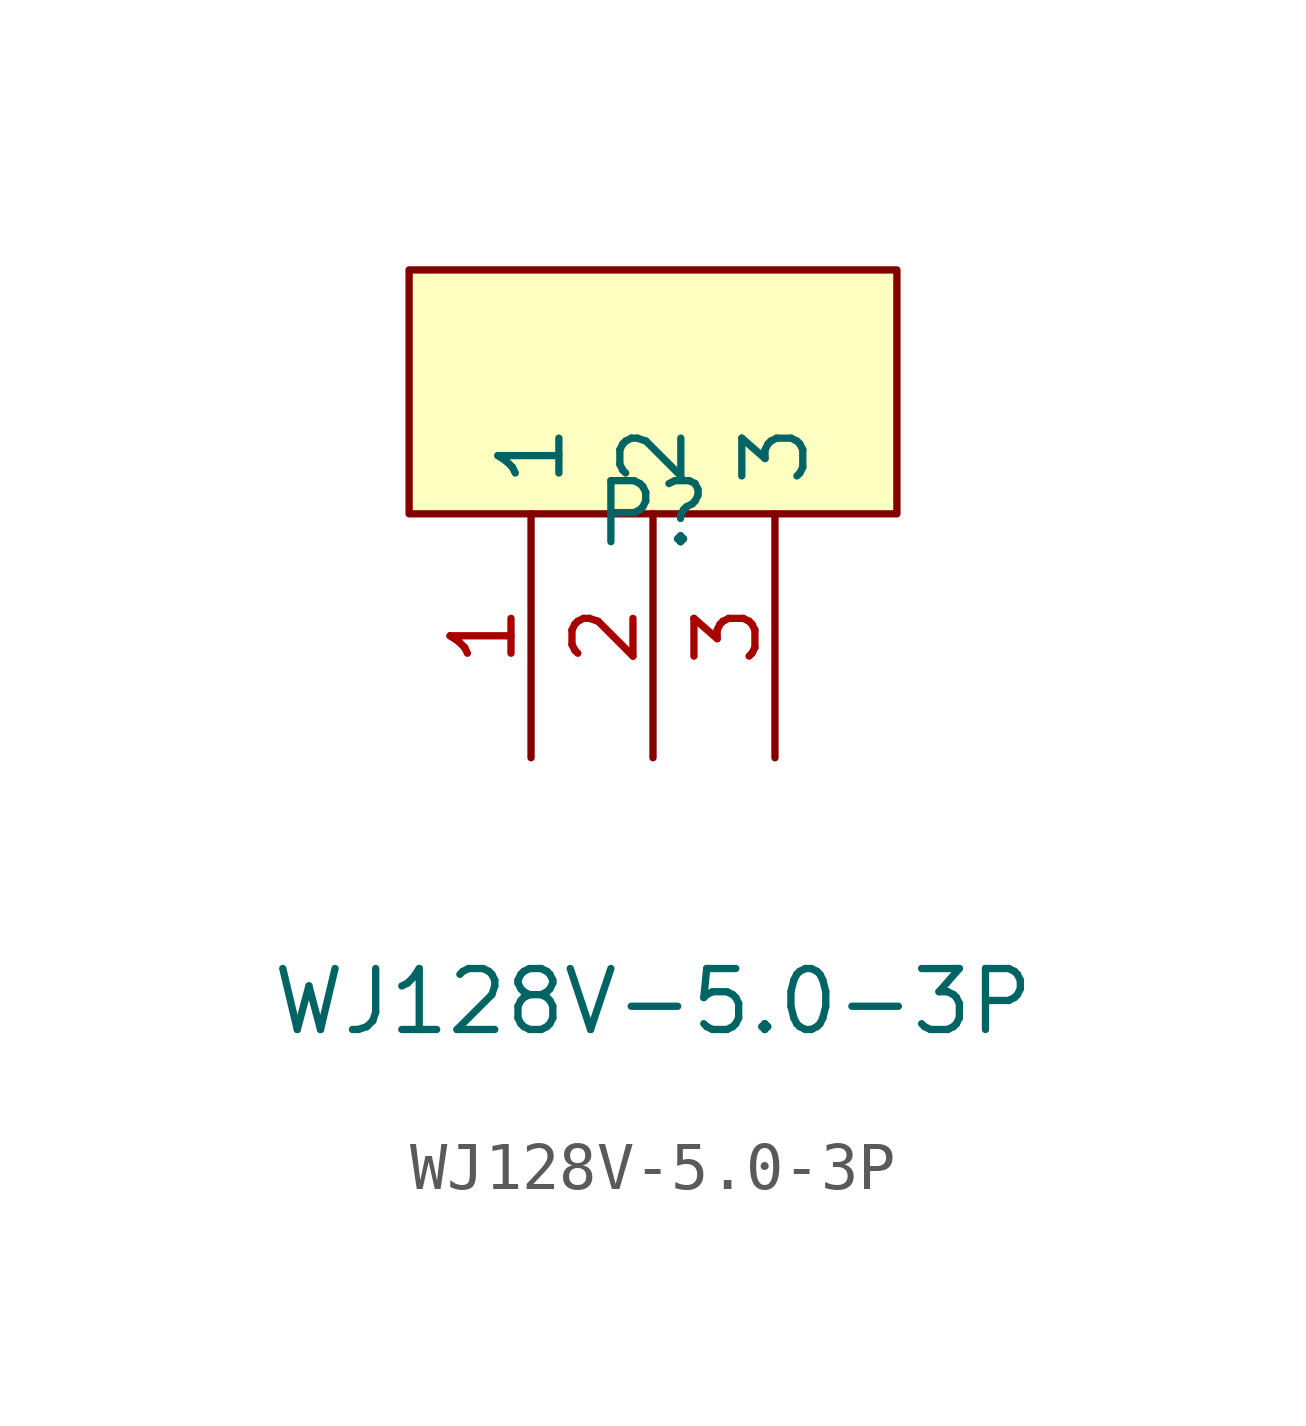
<source format=kicad_sym>
(kicad_symbol_lib
  (version 20211014)
  (generator https://github.com/uPesy/easyeda2kicad.py)
  (symbol "WJ128V-5.0-3P"
    (property "Reference" "P"
      (at 0 0.00 0)
      (effects (font (size 1.27 1.27))))
    (property "Value" "WJ128V-5.0-3P"
      (at 0 -10.16 0)
      (effects (font (size 1.27 1.27))))
    (symbol "WJ128V-5.0-3P_0_1"
      (rectangle (start -5.08 5.08) (end 5.08 0.00) (stroke (width 0) (type default) (color 0 0 0 0)) (fill (type background)))
      (pin unspecified line (at -2.54 -5.08 90) (length 5.08) (name "1" (effects (font (size 1.27 1.27)))) (number "1" (effects (font (size 1.27 1.27)))))
      (pin unspecified line (at 0.00 -5.08 90) (length 5.08) (name "2" (effects (font (size 1.27 1.27)))) (number "2" (effects (font (size 1.27 1.27)))))
      (pin unspecified line (at 2.54 -5.08 90) (length 5.08) (name "3" (effects (font (size 1.27 1.27)))) (number "3" (effects (font (size 1.27 1.27))))))))
</source>
